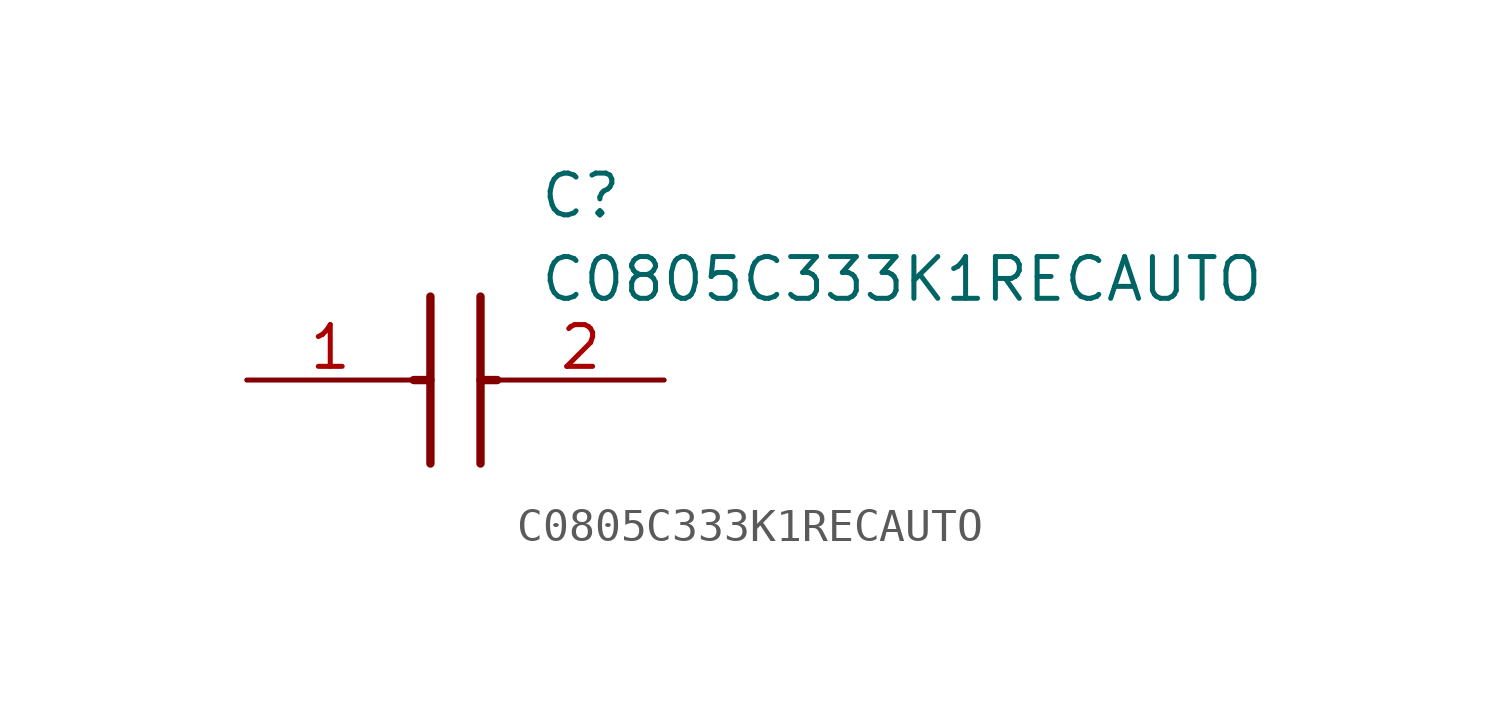
<source format=kicad_sym>
(kicad_symbol_lib
  (version 20211014)
  (generator SamacSys_ECAD_Model)
  (symbol "C0805C333K1RECAUTO"
    (pin_names hide)
    (property "Reference" "C"
      (at 8.89 6.35 0)
      (effects (font (size 1.27 1.27)) (justify left top)))
    (property "Value" "C0805C333K1RECAUTO"
      (at 8.89 3.81 0)
      (effects (font (size 1.27 1.27)) (justify left top)))
    (polyline
      (pts (xy 5.588 2.54) (xy 5.588 -2.54))
      (stroke (width 0.254) (type default))
      (fill (type none)))
    (polyline
      (pts (xy 7.112 2.54) (xy 7.112 -2.54))
      (stroke (width 0.254) (type default))
      (fill (type none)))
    (polyline
      (pts (xy 5.08 0) (xy 5.588 0))
      (stroke (width 0.254) (type default))
      (fill (type none)))
    (polyline
      (pts (xy 7.112 0) (xy 7.62 0))
      (stroke (width 0.254) (type default))
      (fill (type none)))
    (pin passive line
      (at 0 0 0)
      (length 5.08)
      (name "1" (effects (font (size 1.27 1.27))))
      (number "1" (effects (font (size 1.27 1.27)))))
    (pin passive line
      (at 12.7 0 180)
      (length 5.08)
      (name "2" (effects (font (size 1.27 1.27))))
      (number "2" (effects (font (size 1.27 1.27)))))))
</source>
